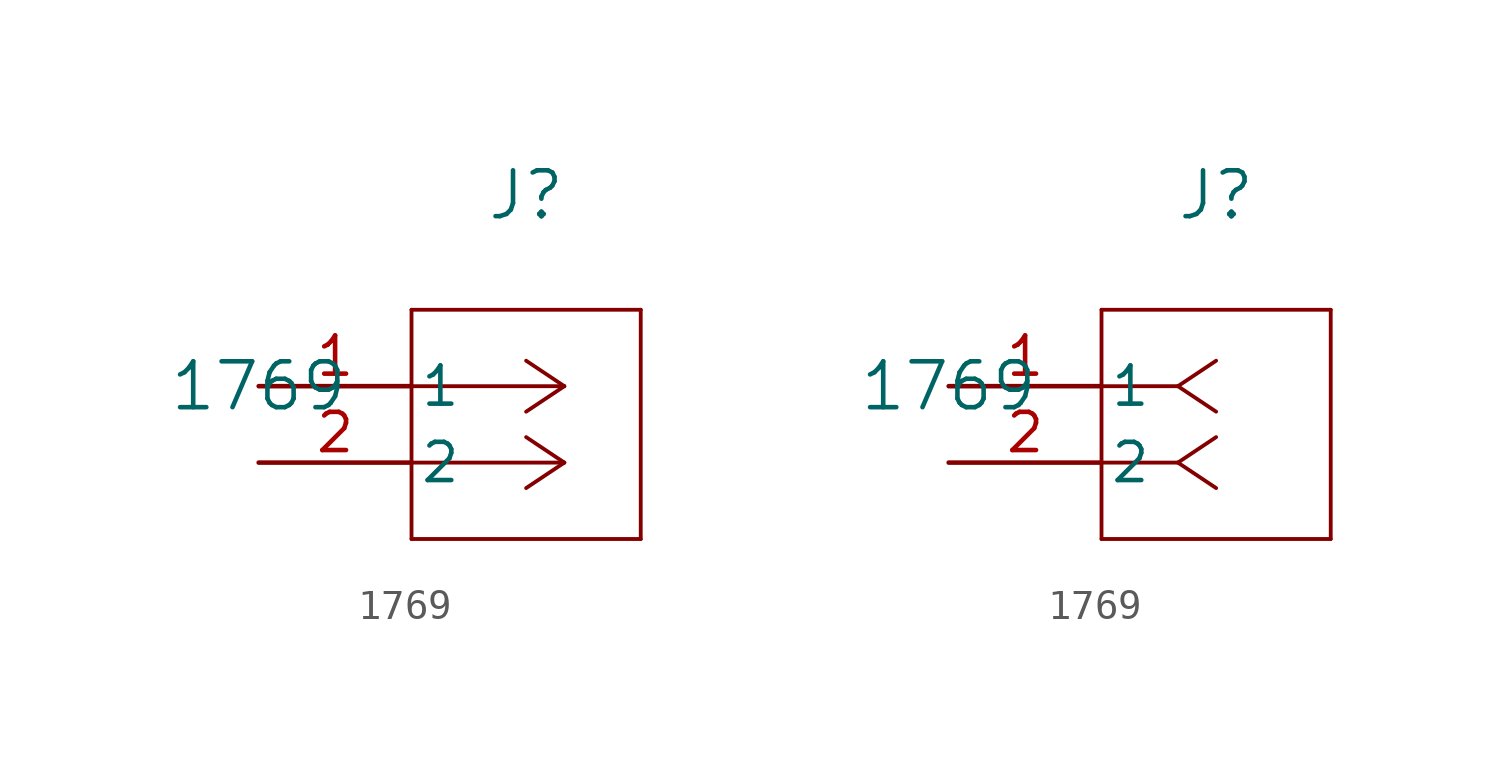
<source format=kicad_sym>
(kicad_symbol_lib
  (version 20211014)
  (generator kicad_symbol_editor)
  (symbol "1769"
    (pin_names
      (offset 0.254))
    (property "Reference" "J"
      (at 8.89 6.35 0)
      (effects (font (size 1.524 1.524))))
    (property "Value" "1769"
      (at 0 0 0)
      (effects (font (size 1.524 1.524))))
    (symbol "1769_1_1"
      (polyline (pts (xy 10.16 0) (xy 5.08 0)) (stroke (width 0.127) (type default) (color 0 0 0 0)) (fill (type none)))
      (polyline (pts (xy 10.16 -2.54) (xy 5.08 -2.54)) (stroke (width 0.127) (type default) (color 0 0 0 0)) (fill (type none)))
      (polyline (pts (xy 10.16 0) (xy 8.89 0.847)) (stroke (width 0.127) (type default) (color 0 0 0 0)) (fill (type none)))
      (polyline (pts (xy 10.16 -2.54) (xy 8.89 -1.693)) (stroke (width 0.127) (type default) (color 0 0 0 0)) (fill (type none)))
      (polyline (pts (xy 10.16 0) (xy 8.89 -0.847)) (stroke (width 0.127) (type default) (color 0 0 0 0)) (fill (type none)))
      (polyline (pts (xy 10.16 -2.54) (xy 8.89 -3.387)) (stroke (width 0.127) (type default) (color 0 0 0 0)) (fill (type none)))
      (polyline (pts (xy 5.08 2.54) (xy 5.08 -5.08)) (stroke (width 0.127) (type default) (color 0 0 0 0)) (fill (type none)))
      (polyline (pts (xy 5.08 -5.08) (xy 12.7 -5.08)) (stroke (width 0.127) (type default) (color 0 0 0 0)) (fill (type none)))
      (polyline (pts (xy 12.7 -5.08) (xy 12.7 2.54)) (stroke (width 0.127) (type default) (color 0 0 0 0)) (fill (type none)))
      (polyline (pts (xy 12.7 2.54) (xy 5.08 2.54)) (stroke (width 0.127) (type default) (color 0 0 0 0)) (fill (type none)))
      (pin unspecified line (at 0 0 0) (length 5.08) (name "1" (effects (font (size 1.27 1.27)))) (number "1" (effects (font (size 1.27 1.27)))))
      (pin unspecified line (at 0 -2.54 0) (length 5.08) (name "2" (effects (font (size 1.27 1.27)))) (number "2" (effects (font (size 1.27 1.27))))))
    (symbol "1769_1_2"
      (polyline (pts (xy 7.62 0) (xy 5.08 0)) (stroke (width 0.127) (type default) (color 0 0 0 0)) (fill (type none)))
      (polyline (pts (xy 7.62 -2.54) (xy 5.08 -2.54)) (stroke (width 0.127) (type default) (color 0 0 0 0)) (fill (type none)))
      (polyline (pts (xy 7.62 0) (xy 8.89 0.847)) (stroke (width 0.127) (type default) (color 0 0 0 0)) (fill (type none)))
      (polyline (pts (xy 7.62 -2.54) (xy 8.89 -1.693)) (stroke (width 0.127) (type default) (color 0 0 0 0)) (fill (type none)))
      (polyline (pts (xy 7.62 0) (xy 8.89 -0.847)) (stroke (width 0.127) (type default) (color 0 0 0 0)) (fill (type none)))
      (polyline (pts (xy 7.62 -2.54) (xy 8.89 -3.387)) (stroke (width 0.127) (type default) (color 0 0 0 0)) (fill (type none)))
      (polyline (pts (xy 5.08 2.54) (xy 5.08 -5.08)) (stroke (width 0.127) (type default) (color 0 0 0 0)) (fill (type none)))
      (polyline (pts (xy 5.08 -5.08) (xy 12.7 -5.08)) (stroke (width 0.127) (type default) (color 0 0 0 0)) (fill (type none)))
      (polyline (pts (xy 12.7 -5.08) (xy 12.7 2.54)) (stroke (width 0.127) (type default) (color 0 0 0 0)) (fill (type none)))
      (polyline (pts (xy 12.7 2.54) (xy 5.08 2.54)) (stroke (width 0.127) (type default) (color 0 0 0 0)) (fill (type none)))
      (pin unspecified line (at 0 0 0) (length 5.08) (name "1" (effects (font (size 1.27 1.27)))) (number "1" (effects (font (size 1.27 1.27)))))
      (pin unspecified line (at 0 -2.54 0) (length 5.08) (name "2" (effects (font (size 1.27 1.27)))) (number "2" (effects (font (size 1.27 1.27))))))))
</source>
